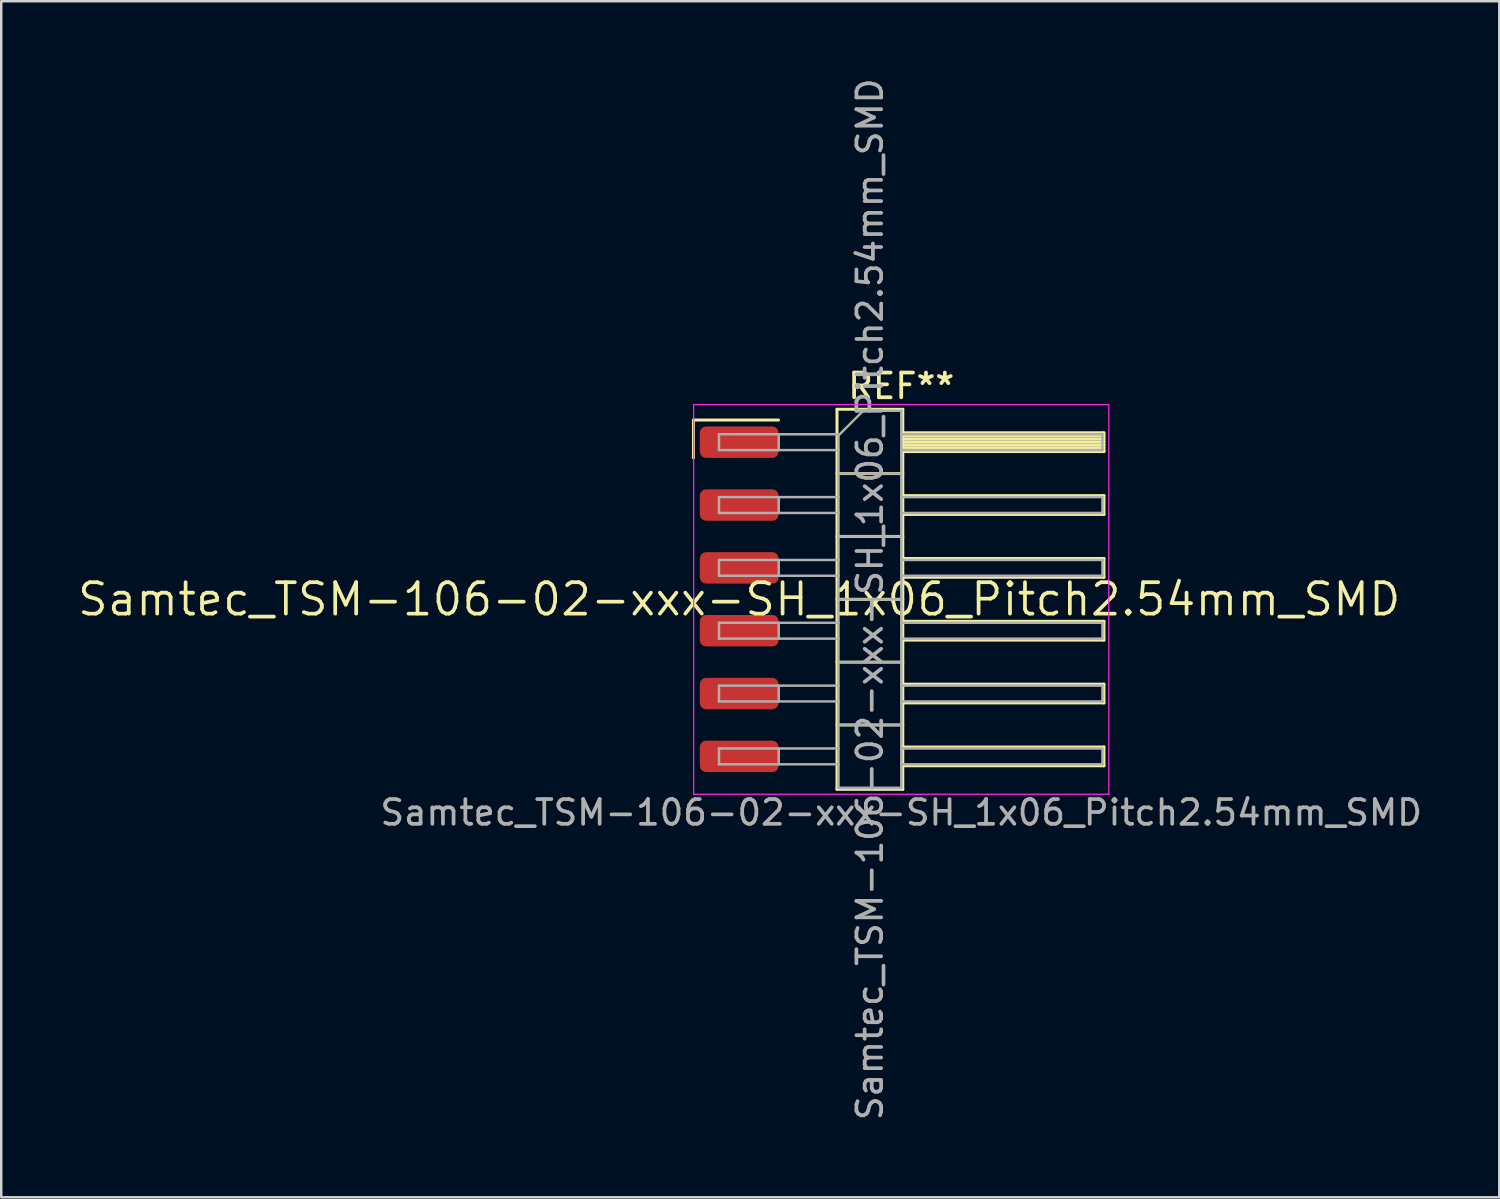
<source format=kicad_pcb>
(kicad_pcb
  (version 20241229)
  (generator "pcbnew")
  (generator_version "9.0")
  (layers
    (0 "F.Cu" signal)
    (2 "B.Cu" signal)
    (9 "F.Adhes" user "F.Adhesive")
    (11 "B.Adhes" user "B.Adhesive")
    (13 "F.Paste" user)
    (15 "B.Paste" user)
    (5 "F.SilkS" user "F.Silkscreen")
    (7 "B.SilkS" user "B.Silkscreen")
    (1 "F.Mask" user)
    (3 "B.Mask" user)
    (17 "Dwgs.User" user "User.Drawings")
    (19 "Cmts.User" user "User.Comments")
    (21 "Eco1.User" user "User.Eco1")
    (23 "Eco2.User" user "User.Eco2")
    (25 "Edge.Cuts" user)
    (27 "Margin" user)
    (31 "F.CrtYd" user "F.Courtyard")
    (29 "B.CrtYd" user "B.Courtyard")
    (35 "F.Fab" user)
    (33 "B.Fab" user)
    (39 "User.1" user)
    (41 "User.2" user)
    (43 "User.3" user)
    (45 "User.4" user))
  (footprint "Samtec_TSM-106-02-xxx-SH_1x06_Pitch2.54mm_SMD"
    (layer "F.Cu")
    (at 26.828 21.173)
    (property "Reference" "Samtec_TSM-106-02-xxx-SH_1x06_Pitch2.54mm_SMD" (at 0 0 0) (layer "F.SilkS") (effects (font (size 1.27 1.27) (thickness 0.15))))
    (attr smd)
    (fp_line (start -1.85 -7.245) (end 1.59 -7.245) (stroke (width 0.12) (type solid)) (layer "F.SilkS"))
    (fp_line (start -1.85 -5.715) (end -1.85 -7.245) (stroke (width 0.12) (type solid)) (layer "F.SilkS"))
    (fp_line (start 3.953 -7.68) (end 6.613 -7.68) (stroke (width 0.12) (type solid)) (layer "F.SilkS"))
    (fp_line (start 3.953 -5.08) (end 6.613 -5.08) (stroke (width 0.12) (type solid)) (layer "F.SilkS"))
    (fp_line (start 3.953 -2.54) (end 6.613 -2.54) (stroke (width 0.12) (type solid)) (layer "F.SilkS"))
    (fp_line (start 3.953 0) (end 6.613 0) (stroke (width 0.12) (type solid)) (layer "F.SilkS"))
    (fp_line (start 3.953 2.54) (end 6.613 2.54) (stroke (width 0.12) (type solid)) (layer "F.SilkS"))
    (fp_line (start 3.953 5.08) (end 6.613 5.08) (stroke (width 0.12) (type solid)) (layer "F.SilkS"))
    (fp_line (start 3.953 7.68) (end 3.953 -7.68) (stroke (width 0.12) (type solid)) (layer "F.SilkS"))
    (fp_line (start 6.613 -7.68) (end 6.613 7.68) (stroke (width 0.12) (type solid)) (layer "F.SilkS"))
    (fp_line (start 6.613 -6.73) (end 14.743 -6.73) (stroke (width 0.12) (type solid)) (layer "F.SilkS"))
    (fp_line (start 6.613 -6.61) (end 14.743 -6.61) (stroke (width 0.12) (type solid)) (layer "F.SilkS"))
    (fp_line (start 6.613 -6.49) (end 14.743 -6.49) (stroke (width 0.12) (type solid)) (layer "F.SilkS"))
    (fp_line (start 6.613 -6.37) (end 14.743 -6.37) (stroke (width 0.12) (type solid)) (layer "F.SilkS"))
    (fp_line (start 6.613 -6.25) (end 14.743 -6.25) (stroke (width 0.12) (type solid)) (layer "F.SilkS"))
    (fp_line (start 6.613 -6.13) (end 14.743 -6.13) (stroke (width 0.12) (type solid)) (layer "F.SilkS"))
    (fp_line (start 6.613 -6.01) (end 14.743 -6.01) (stroke (width 0.12) (type solid)) (layer "F.SilkS"))
    (fp_line (start 6.613 -5.97) (end 14.743 -5.97) (stroke (width 0.12) (type solid)) (layer "F.SilkS"))
    (fp_line (start 6.613 -4.19) (end 14.743 -4.19) (stroke (width 0.12) (type solid)) (layer "F.SilkS"))
    (fp_line (start 6.613 -3.43) (end 14.743 -3.43) (stroke (width 0.12) (type solid)) (layer "F.SilkS"))
    (fp_line (start 6.613 -1.65) (end 14.743 -1.65) (stroke (width 0.12) (type solid)) (layer "F.SilkS"))
    (fp_line (start 6.613 -0.89) (end 14.743 -0.89) (stroke (width 0.12) (type solid)) (layer "F.SilkS"))
    (fp_line (start 6.613 0.89) (end 14.743 0.89) (stroke (width 0.12) (type solid)) (layer "F.SilkS"))
    (fp_line (start 6.613 1.65) (end 14.743 1.65) (stroke (width 0.12) (type solid)) (layer "F.SilkS"))
    (fp_line (start 6.613 3.43) (end 14.743 3.43) (stroke (width 0.12) (type solid)) (layer "F.SilkS"))
    (fp_line (start 6.613 4.19) (end 14.743 4.19) (stroke (width 0.12) (type solid)) (layer "F.SilkS"))
    (fp_line (start 6.613 5.97) (end 14.743 5.97) (stroke (width 0.12) (type solid)) (layer "F.SilkS"))
    (fp_line (start 6.613 6.73) (end 14.743 6.73) (stroke (width 0.12) (type solid)) (layer "F.SilkS"))
    (fp_line (start 6.613 7.68) (end 3.953 7.68) (stroke (width 0.12) (type solid)) (layer "F.SilkS"))
    (fp_line (start 14.743 -6.73) (end 14.743 -5.97) (stroke (width 0.12) (type solid)) (layer "F.SilkS"))
    (fp_line (start 14.743 -4.19) (end 14.743 -3.43) (stroke (width 0.12) (type solid)) (layer "F.SilkS"))
    (fp_line (start 14.743 -1.65) (end 14.743 -0.89) (stroke (width 0.12) (type solid)) (layer "F.SilkS"))
    (fp_line (start 14.743 0.89) (end 14.743 1.65) (stroke (width 0.12) (type solid)) (layer "F.SilkS"))
    (fp_line (start 14.743 3.43) (end 14.743 4.19) (stroke (width 0.12) (type solid)) (layer "F.SilkS"))
    (fp_line (start 14.743 5.97) (end 14.743 6.73) (stroke (width 0.12) (type solid)) (layer "F.SilkS"))
    (fp_line (start -1.84 -7.87) (end 14.94 -7.87) (stroke (width 0.05) (type solid)) (layer "F.CrtYd"))
    (fp_line (start -1.84 7.88) (end -1.84 -7.87) (stroke (width 0.05) (type solid)) (layer "F.CrtYd"))
    (fp_line (start 14.94 -7.87) (end 14.94 7.88) (stroke (width 0.05) (type solid)) (layer "F.CrtYd"))
    (fp_line (start 14.94 7.88) (end -1.84 7.88) (stroke (width 0.05) (type solid)) (layer "F.CrtYd"))
    (fp_line (start -0.817 -6.67) (end -0.817 -6.03) (stroke (width 0.1) (type solid)) (layer "F.Fab"))
    (fp_line (start -0.817 -6.67) (end 4.013 -6.67) (stroke (width 0.1) (type solid)) (layer "F.Fab"))
    (fp_line (start -0.817 -6.03) (end 4.013 -6.03) (stroke (width 0.1) (type solid)) (layer "F.Fab"))
    (fp_line (start -0.817 -4.13) (end -0.817 -3.49) (stroke (width 0.1) (type solid)) (layer "F.Fab"))
    (fp_line (start -0.817 -4.13) (end 4.013 -4.13) (stroke (width 0.1) (type solid)) (layer "F.Fab"))
    (fp_line (start -0.817 -3.49) (end 4.013 -3.49) (stroke (width 0.1) (type solid)) (layer "F.Fab"))
    (fp_line (start -0.817 -1.59) (end -0.817 -0.95) (stroke (width 0.1) (type solid)) (layer "F.Fab"))
    (fp_line (start -0.817 -1.59) (end 4.013 -1.59) (stroke (width 0.1) (type solid)) (layer "F.Fab"))
    (fp_line (start -0.817 -0.95) (end 4.013 -0.95) (stroke (width 0.1) (type solid)) (layer "F.Fab"))
    (fp_line (start -0.817 0.95) (end -0.817 1.59) (stroke (width 0.1) (type solid)) (layer "F.Fab"))
    (fp_line (start -0.817 0.95) (end 4.013 0.95) (stroke (width 0.1) (type solid)) (layer "F.Fab"))
    (fp_line (start -0.817 1.59) (end 4.013 1.59) (stroke (width 0.1) (type solid)) (layer "F.Fab"))
    (fp_line (start -0.817 3.49) (end -0.817 4.13) (stroke (width 0.1) (type solid)) (layer "F.Fab"))
    (fp_line (start -0.817 3.49) (end 4.013 3.49) (stroke (width 0.1) (type solid)) (layer "F.Fab"))
    (fp_line (start -0.817 4.13) (end 4.013 4.13) (stroke (width 0.1) (type solid)) (layer "F.Fab"))
    (fp_line (start -0.817 6.03) (end -0.817 6.67) (stroke (width 0.1) (type solid)) (layer "F.Fab"))
    (fp_line (start -0.817 6.03) (end 4.013 6.03) (stroke (width 0.1) (type solid)) (layer "F.Fab"))
    (fp_line (start -0.817 6.67) (end 4.013 6.67) (stroke (width 0.1) (type solid)) (layer "F.Fab"))
    (fp_line (start 1.598 -6.67) (end 1.598 -6.03) (stroke (width 0.1) (type solid)) (layer "F.Fab"))
    (fp_line (start 1.598 -4.13) (end 1.598 -3.49) (stroke (width 0.1) (type solid)) (layer "F.Fab"))
    (fp_line (start 1.598 -1.59) (end 1.598 -0.95) (stroke (width 0.1) (type solid)) (layer "F.Fab"))
    (fp_line (start 1.598 0.95) (end 1.598 1.59) (stroke (width 0.1) (type solid)) (layer "F.Fab"))
    (fp_line (start 1.598 3.49) (end 1.598 4.13) (stroke (width 0.1) (type solid)) (layer "F.Fab"))
    (fp_line (start 1.598 6.03) (end 1.598 6.67) (stroke (width 0.1) (type solid)) (layer "F.Fab"))
    (fp_line (start 4.013 -6.62) (end 5.013 -7.62) (stroke (width 0.1) (type solid)) (layer "F.Fab"))
    (fp_line (start 4.013 -5.08) (end 6.553 -5.08) (stroke (width 0.1) (type solid)) (layer "F.Fab"))
    (fp_line (start 4.013 -2.54) (end 6.553 -2.54) (stroke (width 0.1) (type solid)) (layer "F.Fab"))
    (fp_line (start 4.013 0) (end 6.553 0) (stroke (width 0.1) (type solid)) (layer "F.Fab"))
    (fp_line (start 4.013 2.54) (end 6.553 2.54) (stroke (width 0.1) (type solid)) (layer "F.Fab"))
    (fp_line (start 4.013 5.08) (end 6.553 5.08) (stroke (width 0.1) (type solid)) (layer "F.Fab"))
    (fp_line (start 4.013 7.62) (end 4.013 -6.62) (stroke (width 0.1) (type solid)) (layer "F.Fab"))
    (fp_line (start 5.013 -7.62) (end 6.553 -7.62) (stroke (width 0.1) (type solid)) (layer "F.Fab"))
    (fp_line (start 6.553 -7.62) (end 6.553 7.62) (stroke (width 0.1) (type solid)) (layer "F.Fab"))
    (fp_line (start 6.553 -6.67) (end 14.683 -6.67) (stroke (width 0.1) (type solid)) (layer "F.Fab"))
    (fp_line (start 6.553 -6.03) (end 14.683 -6.03) (stroke (width 0.1) (type solid)) (layer "F.Fab"))
    (fp_line (start 6.553 -4.13) (end 14.683 -4.13) (stroke (width 0.1) (type solid)) (layer "F.Fab"))
    (fp_line (start 6.553 -3.49) (end 14.683 -3.49) (stroke (width 0.1) (type solid)) (layer "F.Fab"))
    (fp_line (start 6.553 -1.59) (end 14.683 -1.59) (stroke (width 0.1) (type solid)) (layer "F.Fab"))
    (fp_line (start 6.553 -0.95) (end 14.683 -0.95) (stroke (width 0.1) (type solid)) (layer "F.Fab"))
    (fp_line (start 6.553 0.95) (end 14.683 0.95) (stroke (width 0.1) (type solid)) (layer "F.Fab"))
    (fp_line (start 6.553 1.59) (end 14.683 1.59) (stroke (width 0.1) (type solid)) (layer "F.Fab"))
    (fp_line (start 6.553 3.49) (end 14.683 3.49) (stroke (width 0.1) (type solid)) (layer "F.Fab"))
    (fp_line (start 6.553 4.13) (end 14.683 4.13) (stroke (width 0.1) (type solid)) (layer "F.Fab"))
    (fp_line (start 6.553 6.03) (end 14.683 6.03) (stroke (width 0.1) (type solid)) (layer "F.Fab"))
    (fp_line (start 6.553 6.67) (end 14.683 6.67) (stroke (width 0.1) (type solid)) (layer "F.Fab"))
    (fp_line (start 6.553 7.62) (end 4.013 7.62) (stroke (width 0.1) (type solid)) (layer "F.Fab"))
    (fp_line (start 14.683 -6.67) (end 14.683 -6.03) (stroke (width 0.1) (type solid)) (layer "F.Fab"))
    (fp_line (start 14.683 -4.13) (end 14.683 -3.49) (stroke (width 0.1) (type solid)) (layer "F.Fab"))
    (fp_line (start 14.683 -1.59) (end 14.683 -0.95) (stroke (width 0.1) (type solid)) (layer "F.Fab"))
    (fp_line (start 14.683 0.95) (end 14.683 1.59) (stroke (width 0.1) (type solid)) (layer "F.Fab"))
    (fp_line (start 14.683 3.49) (end 14.683 4.13) (stroke (width 0.1) (type solid)) (layer "F.Fab"))
    (fp_line (start 14.683 6.03) (end 14.683 6.67) (stroke (width 0.1) (type solid)) (layer "F.Fab"))
    (fp_text user "REF**" (at 6.55 -8.62 0) (layer "F.SilkS") (effects (font (size 1 1) (thickness 0.15))))
    (fp_text user "${REFERENCE}" (at 5.283 0 90) (layer "F.Fab") (effects (font (size 1 1) (thickness 0.15))))
    (fp_text user "Samtec_TSM-106-02-xxx-SH_1x06_Pitch2.54mm_SMD" (at 6.55 8.62 0) (layer "F.Fab") (effects (font (size 1 1) (thickness 0.15))))
    (pad "1" smd roundrect (at 0 -6.35) (size 3.18 1.27) (layers "F.Cu" "F.Mask" "F.Paste") (roundrect_rratio 0.197))
    (pad "2" smd roundrect (at 0 -3.81) (size 3.18 1.27) (layers "F.Cu" "F.Mask" "F.Paste") (roundrect_rratio 0.197))
    (pad "3" smd roundrect (at 0 -1.27) (size 3.18 1.27) (layers "F.Cu" "F.Mask" "F.Paste") (roundrect_rratio 0.197))
    (pad "4" smd roundrect (at 0 1.27) (size 3.18 1.27) (layers "F.Cu" "F.Mask" "F.Paste") (roundrect_rratio 0.197))
    (pad "5" smd roundrect (at 0 3.81) (size 3.18 1.27) (layers "F.Cu" "F.Mask" "F.Paste") (roundrect_rratio 0.197))
    (pad "6" smd roundrect (at 0 6.35) (size 3.18 1.27) (layers "F.Cu" "F.Mask" "F.Paste") (roundrect_rratio 0.197)))
  (gr_rect
    (start -3 -3)
    (end 57.551 45.345)
    (stroke (width 0.1) (type default))
    (fill no)
    (layer "Edge.Cuts")))
</source>
